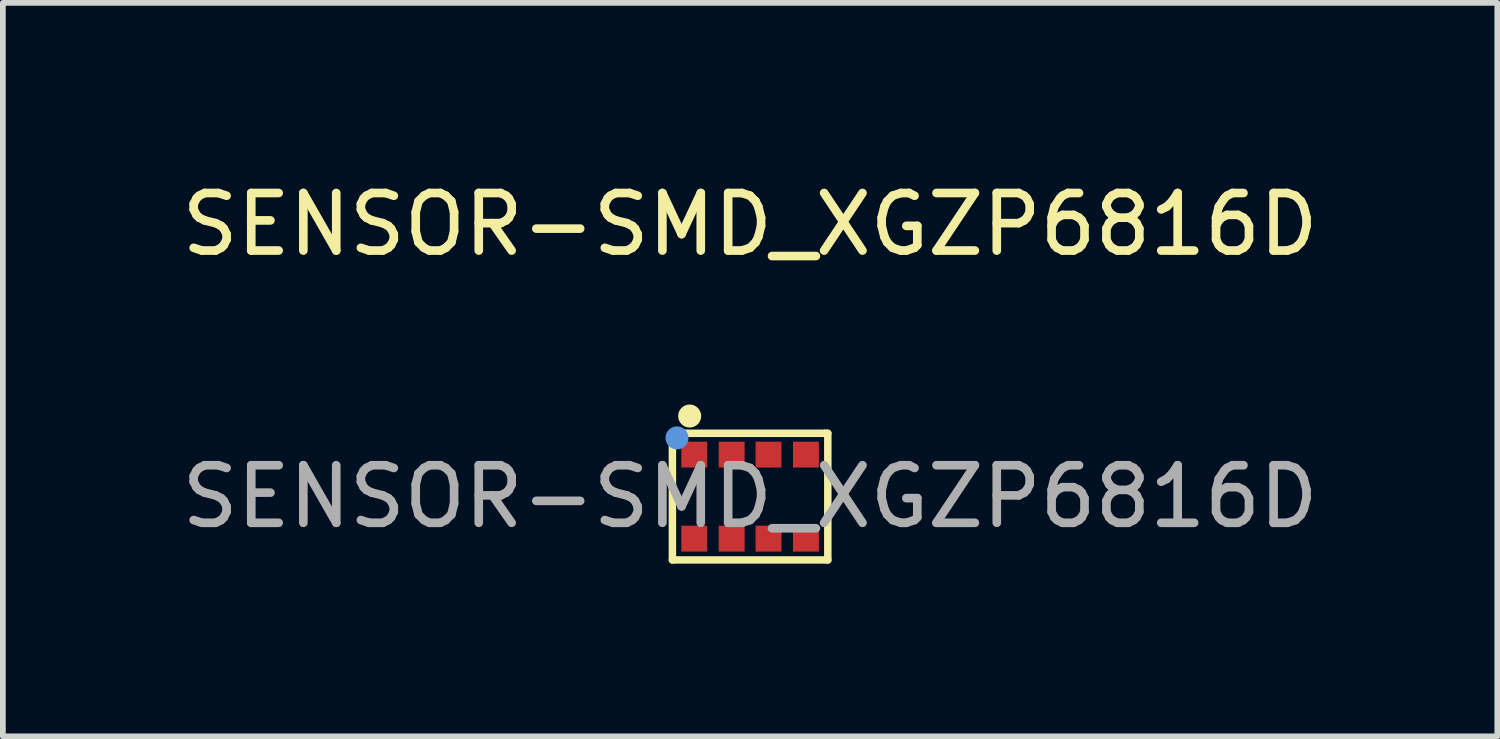
<source format=kicad_pcb>
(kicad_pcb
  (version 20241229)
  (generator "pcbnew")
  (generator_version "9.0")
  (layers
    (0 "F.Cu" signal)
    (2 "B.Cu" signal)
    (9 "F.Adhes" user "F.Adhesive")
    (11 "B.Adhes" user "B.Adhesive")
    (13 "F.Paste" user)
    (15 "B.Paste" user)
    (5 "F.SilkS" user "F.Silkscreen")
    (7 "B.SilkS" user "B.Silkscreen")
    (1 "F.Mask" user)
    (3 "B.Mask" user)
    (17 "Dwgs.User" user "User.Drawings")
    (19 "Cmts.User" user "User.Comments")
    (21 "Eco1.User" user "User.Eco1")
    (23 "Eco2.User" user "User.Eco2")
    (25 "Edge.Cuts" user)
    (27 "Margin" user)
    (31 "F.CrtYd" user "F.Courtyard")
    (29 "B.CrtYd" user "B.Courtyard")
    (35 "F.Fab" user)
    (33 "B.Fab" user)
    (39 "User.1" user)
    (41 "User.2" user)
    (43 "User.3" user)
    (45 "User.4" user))
  (footprint "SENSOR-SMD_XGZP6816D"
    (layer "F.Cu")
    (at 9.982 5.578)
    (property "Reference" "SENSOR-SMD_XGZP6816D" (at 0 -4.73 0) (layer "F.SilkS") (effects (font (size 1 1) (thickness 0.15))))
    (attr smd)
    (fp_line (start -1.35 -1.1) (end -1.35 1.1) (stroke (width 0.13) (type solid)) (layer "F.SilkS"))
    (fp_line (start -1.35 1.1) (end 1.35 1.1) (stroke (width 0.13) (type solid)) (layer "F.SilkS"))
    (fp_line (start 1.3 -1.1) (end -1.35 -1.1) (stroke (width 0.13) (type solid)) (layer "F.SilkS"))
    (fp_line (start 1.35 -1.1) (end 1.3 -1.1) (stroke (width 0.13) (type solid)) (layer "F.SilkS"))
    (fp_line (start 1.35 1.1) (end 1.35 -1.1) (stroke (width 0.13) (type solid)) (layer "F.SilkS"))
    (fp_circle (center -1.05 -1.4) (end -0.95 -1.4) (stroke (width 0.2) (type solid)) (fill no) (layer "F.SilkS"))
    (fp_circle (center -1.27 -1.02) (end -1.17 -1.02) (stroke (width 0.2) (type solid)) (fill no) (layer "Cmts.User"))
    (fp_circle (center -1.25 -1) (end -1.22 -1) (stroke (width 0.06) (type solid)) (fill no) (layer "F.Fab"))
    (fp_text user "${REFERENCE}" (at 0 0 0) (layer "F.Fab") (effects (font (size 1 1) (thickness 0.15))))
    (pad "1" smd rect (at -0.97 -0.73 90) (size 0.45 0.45) (layers "F.Cu" "F.Mask" "F.Paste"))
    (pad "2" smd rect (at -0.32 -0.73 90) (size 0.45 0.45) (layers "F.Cu" "F.Mask" "F.Paste"))
    (pad "3" smd rect (at 0.32 -0.73 90) (size 0.45 0.45) (layers "F.Cu" "F.Mask" "F.Paste"))
    (pad "4" smd rect (at 0.97 -0.73 90) (size 0.45 0.45) (layers "F.Cu" "F.Mask" "F.Paste"))
    (pad "5" smd rect (at 0.97 0.73 90) (size 0.45 0.45) (layers "F.Cu" "F.Mask" "F.Paste"))
    (pad "6" smd rect (at 0.32 0.73 90) (size 0.45 0.45) (layers "F.Cu" "F.Mask" "F.Paste"))
    (pad "7" smd rect (at -0.32 0.73 90) (size 0.45 0.45) (layers "F.Cu" "F.Mask" "F.Paste"))
    (pad "8" smd rect (at -0.97 0.73 90) (size 0.45 0.45) (layers "F.Cu" "F.Mask" "F.Paste")))
  (gr_rect
    (start -3 -3)
    (end 22.964 9.743)
    (stroke (width 0.1) (type default))
    (fill no)
    (layer "Edge.Cuts")))
</source>
